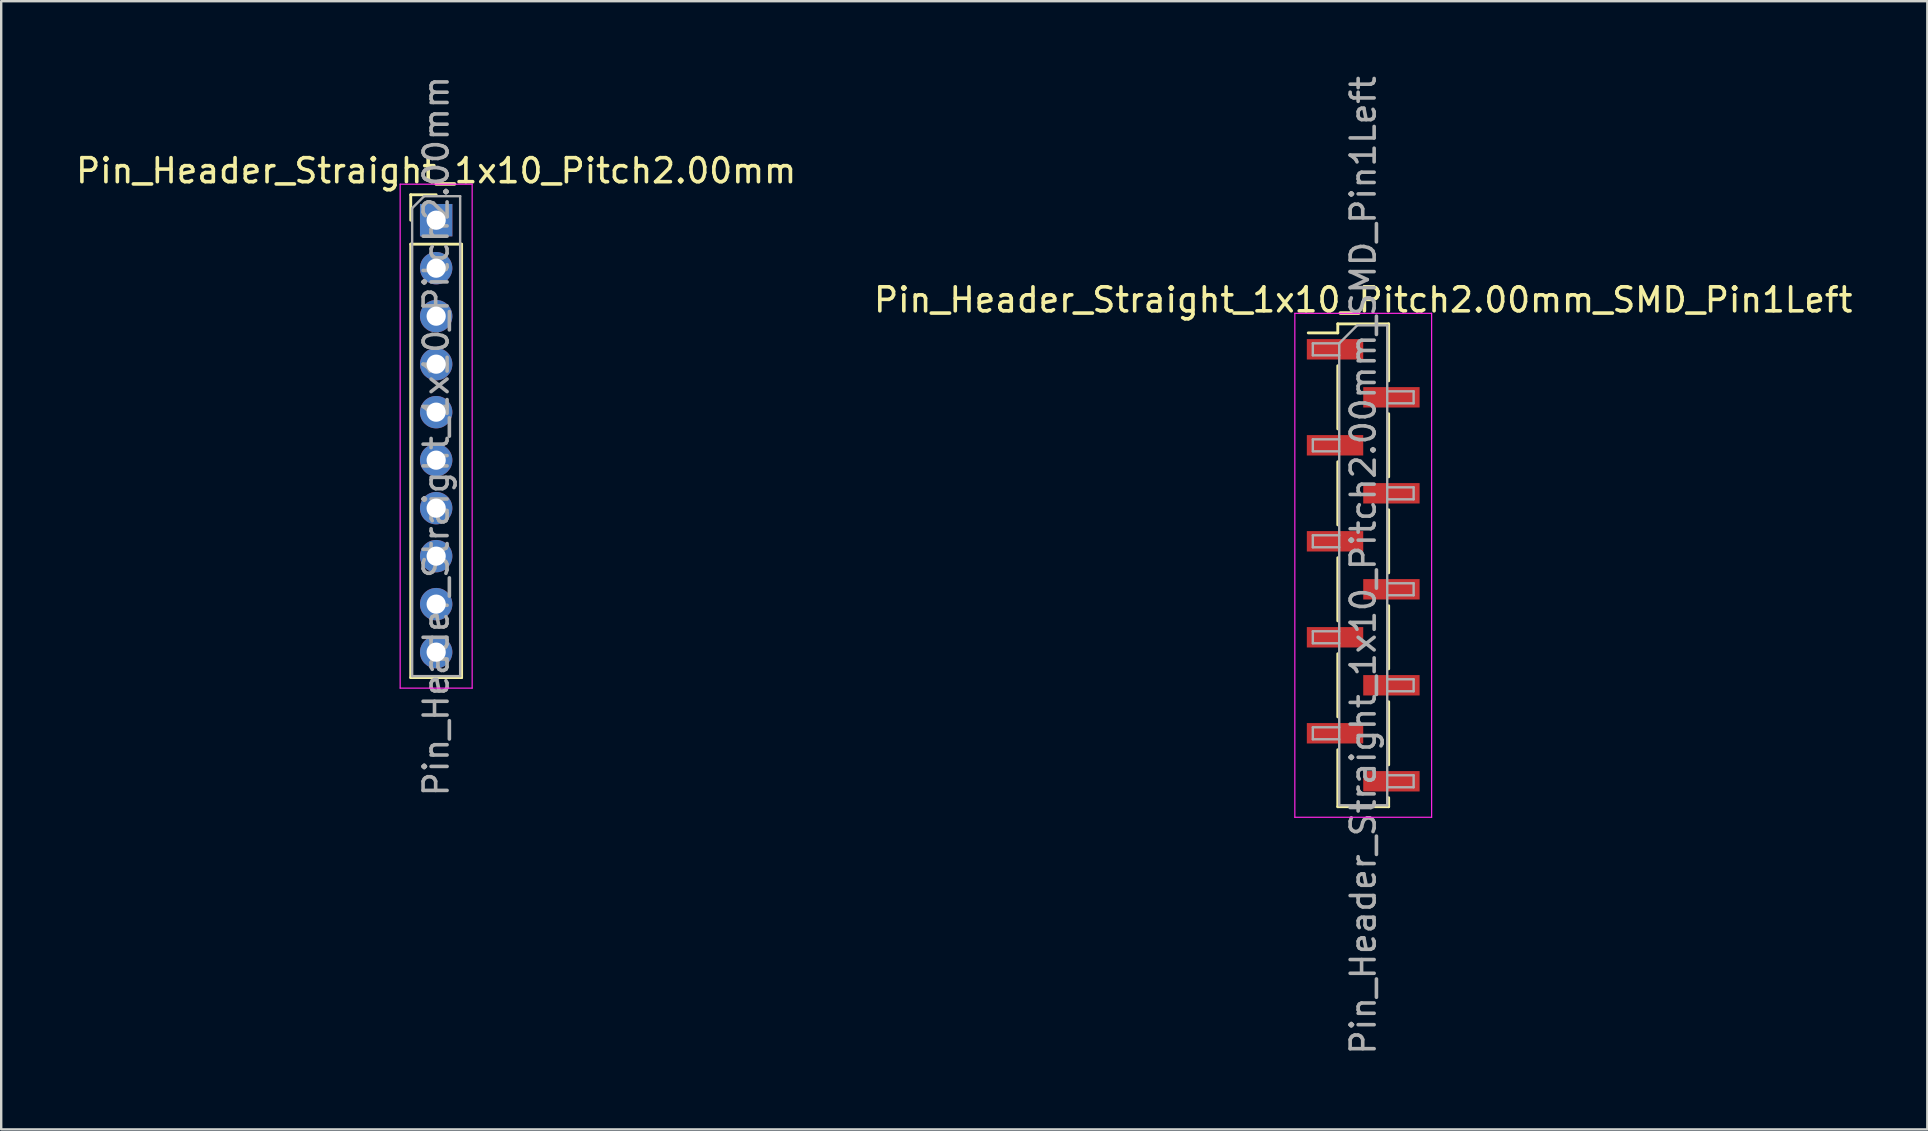
<source format=kicad_pcb>
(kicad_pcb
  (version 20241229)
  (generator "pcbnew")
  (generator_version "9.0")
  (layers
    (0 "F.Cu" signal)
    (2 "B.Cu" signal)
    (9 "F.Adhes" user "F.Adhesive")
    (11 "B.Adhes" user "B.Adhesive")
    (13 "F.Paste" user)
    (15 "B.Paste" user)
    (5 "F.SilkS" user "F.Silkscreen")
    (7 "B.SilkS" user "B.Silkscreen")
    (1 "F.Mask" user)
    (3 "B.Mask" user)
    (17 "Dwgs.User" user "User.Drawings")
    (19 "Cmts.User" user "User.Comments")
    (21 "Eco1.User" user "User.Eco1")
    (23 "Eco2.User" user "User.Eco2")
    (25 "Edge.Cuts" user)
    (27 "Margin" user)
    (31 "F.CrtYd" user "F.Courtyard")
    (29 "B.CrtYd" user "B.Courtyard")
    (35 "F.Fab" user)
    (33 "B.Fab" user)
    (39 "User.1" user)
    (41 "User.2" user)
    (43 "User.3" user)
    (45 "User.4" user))
  (footprint "Pin_Header_Straight_1x10_Pitch2.00mm_SMD_Pin1Left"
    (layer "F.Cu")
    (at 53.756 20.506)
    (property "Reference" "Pin_Header_Straight_1x10_Pitch2.00mm_SMD_Pin1Left" (at 0 -11.06 0) (layer "F.SilkS") (effects (font (size 1 1) (thickness 0.15))))
    (attr smd)
    (fp_line (start -1.06 -10.06) (end -1.06 -9.685) (stroke (width 0.12) (type solid)) (layer "F.SilkS"))
    (fp_line (start -1.06 -10.06) (end 1.06 -10.06) (stroke (width 0.12) (type solid)) (layer "F.SilkS"))
    (fp_line (start -1.06 -9.685) (end -2.29 -9.685) (stroke (width 0.12) (type solid)) (layer "F.SilkS"))
    (fp_line (start -1.06 -8.315) (end -1.06 -5.685) (stroke (width 0.12) (type solid)) (layer "F.SilkS"))
    (fp_line (start -1.06 -4.315) (end -1.06 -1.685) (stroke (width 0.12) (type solid)) (layer "F.SilkS"))
    (fp_line (start -1.06 -0.315) (end -1.06 2.315) (stroke (width 0.12) (type solid)) (layer "F.SilkS"))
    (fp_line (start -1.06 3.685) (end -1.06 6.315) (stroke (width 0.12) (type solid)) (layer "F.SilkS"))
    (fp_line (start -1.06 7.685) (end -1.06 10.06) (stroke (width 0.12) (type solid)) (layer "F.SilkS"))
    (fp_line (start -1.06 10.06) (end 1.06 10.06) (stroke (width 0.12) (type solid)) (layer "F.SilkS"))
    (fp_line (start 1.06 -10.06) (end 1.06 -7.685) (stroke (width 0.12) (type solid)) (layer "F.SilkS"))
    (fp_line (start 1.06 -6.315) (end 1.06 -3.685) (stroke (width 0.12) (type solid)) (layer "F.SilkS"))
    (fp_line (start 1.06 -2.315) (end 1.06 0.315) (stroke (width 0.12) (type solid)) (layer "F.SilkS"))
    (fp_line (start 1.06 1.685) (end 1.06 4.315) (stroke (width 0.12) (type solid)) (layer "F.SilkS"))
    (fp_line (start 1.06 5.685) (end 1.06 8.315) (stroke (width 0.12) (type solid)) (layer "F.SilkS"))
    (fp_line (start 1.06 9.685) (end 1.06 10.06) (stroke (width 0.12) (type solid)) (layer "F.SilkS"))
    (fp_line (start -2.85 -10.5) (end -2.85 10.5) (stroke (width 0.05) (type solid)) (layer "F.CrtYd"))
    (fp_line (start -2.85 10.5) (end 2.85 10.5) (stroke (width 0.05) (type solid)) (layer "F.CrtYd"))
    (fp_line (start 2.85 -10.5) (end -2.85 -10.5) (stroke (width 0.05) (type solid)) (layer "F.CrtYd"))
    (fp_line (start 2.85 10.5) (end 2.85 -10.5) (stroke (width 0.05) (type solid)) (layer "F.CrtYd"))
    (fp_line (start -2.1 -9.25) (end -2.1 -8.75) (stroke (width 0.1) (type solid)) (layer "F.Fab"))
    (fp_line (start -2.1 -8.75) (end -1 -8.75) (stroke (width 0.1) (type solid)) (layer "F.Fab"))
    (fp_line (start -2.1 -5.25) (end -2.1 -4.75) (stroke (width 0.1) (type solid)) (layer "F.Fab"))
    (fp_line (start -2.1 -4.75) (end -1 -4.75) (stroke (width 0.1) (type solid)) (layer "F.Fab"))
    (fp_line (start -2.1 -1.25) (end -2.1 -0.75) (stroke (width 0.1) (type solid)) (layer "F.Fab"))
    (fp_line (start -2.1 -0.75) (end -1 -0.75) (stroke (width 0.1) (type solid)) (layer "F.Fab"))
    (fp_line (start -2.1 2.75) (end -2.1 3.25) (stroke (width 0.1) (type solid)) (layer "F.Fab"))
    (fp_line (start -2.1 3.25) (end -1 3.25) (stroke (width 0.1) (type solid)) (layer "F.Fab"))
    (fp_line (start -2.1 6.75) (end -2.1 7.25) (stroke (width 0.1) (type solid)) (layer "F.Fab"))
    (fp_line (start -2.1 7.25) (end -1 7.25) (stroke (width 0.1) (type solid)) (layer "F.Fab"))
    (fp_line (start -1 -9.25) (end -2.1 -9.25) (stroke (width 0.1) (type solid)) (layer "F.Fab"))
    (fp_line (start -1 -9.25) (end -0.25 -10) (stroke (width 0.1) (type solid)) (layer "F.Fab"))
    (fp_line (start -1 -5.25) (end -2.1 -5.25) (stroke (width 0.1) (type solid)) (layer "F.Fab"))
    (fp_line (start -1 -1.25) (end -2.1 -1.25) (stroke (width 0.1) (type solid)) (layer "F.Fab"))
    (fp_line (start -1 2.75) (end -2.1 2.75) (stroke (width 0.1) (type solid)) (layer "F.Fab"))
    (fp_line (start -1 6.75) (end -2.1 6.75) (stroke (width 0.1) (type solid)) (layer "F.Fab"))
    (fp_line (start -1 10) (end -1 -9.25) (stroke (width 0.1) (type solid)) (layer "F.Fab"))
    (fp_line (start -0.25 -10) (end 1 -10) (stroke (width 0.1) (type solid)) (layer "F.Fab"))
    (fp_line (start 1 -10) (end 1 10) (stroke (width 0.1) (type solid)) (layer "F.Fab"))
    (fp_line (start 1 -7.25) (end 2.1 -7.25) (stroke (width 0.1) (type solid)) (layer "F.Fab"))
    (fp_line (start 1 -3.25) (end 2.1 -3.25) (stroke (width 0.1) (type solid)) (layer "F.Fab"))
    (fp_line (start 1 0.75) (end 2.1 0.75) (stroke (width 0.1) (type solid)) (layer "F.Fab"))
    (fp_line (start 1 4.75) (end 2.1 4.75) (stroke (width 0.1) (type solid)) (layer "F.Fab"))
    (fp_line (start 1 8.75) (end 2.1 8.75) (stroke (width 0.1) (type solid)) (layer "F.Fab"))
    (fp_line (start 1 10) (end -1 10) (stroke (width 0.1) (type solid)) (layer "F.Fab"))
    (fp_line (start 2.1 -7.25) (end 2.1 -6.75) (stroke (width 0.1) (type solid)) (layer "F.Fab"))
    (fp_line (start 2.1 -6.75) (end 1 -6.75) (stroke (width 0.1) (type solid)) (layer "F.Fab"))
    (fp_line (start 2.1 -3.25) (end 2.1 -2.75) (stroke (width 0.1) (type solid)) (layer "F.Fab"))
    (fp_line (start 2.1 -2.75) (end 1 -2.75) (stroke (width 0.1) (type solid)) (layer "F.Fab"))
    (fp_line (start 2.1 0.75) (end 2.1 1.25) (stroke (width 0.1) (type solid)) (layer "F.Fab"))
    (fp_line (start 2.1 1.25) (end 1 1.25) (stroke (width 0.1) (type solid)) (layer "F.Fab"))
    (fp_line (start 2.1 4.75) (end 2.1 5.25) (stroke (width 0.1) (type solid)) (layer "F.Fab"))
    (fp_line (start 2.1 5.25) (end 1 5.25) (stroke (width 0.1) (type solid)) (layer "F.Fab"))
    (fp_line (start 2.1 8.75) (end 2.1 9.25) (stroke (width 0.1) (type solid)) (layer "F.Fab"))
    (fp_line (start 2.1 9.25) (end 1 9.25) (stroke (width 0.1) (type solid)) (layer "F.Fab"))
    (fp_text user "${REFERENCE}" (at 0 0 90) (layer "F.Fab") (effects (font (size 1 1) (thickness 0.15))))
    (pad "1" smd rect (at -1.175 -9) (size 2.35 0.85) (layers "F.Cu" "F.Mask" "F.Paste"))
    (pad "2" smd rect (at 1.175 -7) (size 2.35 0.85) (layers "F.Cu" "F.Mask" "F.Paste"))
    (pad "3" smd rect (at -1.175 -5) (size 2.35 0.85) (layers "F.Cu" "F.Mask" "F.Paste"))
    (pad "4" smd rect (at 1.175 -3) (size 2.35 0.85) (layers "F.Cu" "F.Mask" "F.Paste"))
    (pad "5" smd rect (at -1.175 -1) (size 2.35 0.85) (layers "F.Cu" "F.Mask" "F.Paste"))
    (pad "6" smd rect (at 1.175 1) (size 2.35 0.85) (layers "F.Cu" "F.Mask" "F.Paste"))
    (pad "7" smd rect (at -1.175 3) (size 2.35 0.85) (layers "F.Cu" "F.Mask" "F.Paste"))
    (pad "8" smd rect (at 1.175 5) (size 2.35 0.85) (layers "F.Cu" "F.Mask" "F.Paste"))
    (pad "9" smd rect (at -1.175 7) (size 2.35 0.85) (layers "F.Cu" "F.Mask" "F.Paste"))
    (pad "10" smd rect (at 1.175 9) (size 2.35 0.85) (layers "F.Cu" "F.Mask" "F.Paste")))
  (footprint "Pin_Header_Straight_1x10_Pitch2.00mm"
    (layer "F.Cu")
    (at 15.125 6.125)
    (property "Reference" "Pin_Header_Straight_1x10_Pitch2.00mm" (at 0 -2.06 0) (layer "F.SilkS") (effects (font (size 1 1) (thickness 0.15))))
    (attr through_hole)
    (fp_line (start -1.06 -1.06) (end 0 -1.06) (stroke (width 0.12) (type solid)) (layer "F.SilkS"))
    (fp_line (start -1.06 0) (end -1.06 -1.06) (stroke (width 0.12) (type solid)) (layer "F.SilkS"))
    (fp_line (start -1.06 1) (end -1.06 19.06) (stroke (width 0.12) (type solid)) (layer "F.SilkS"))
    (fp_line (start -1.06 1) (end 1.06 1) (stroke (width 0.12) (type solid)) (layer "F.SilkS"))
    (fp_line (start -1.06 19.06) (end 1.06 19.06) (stroke (width 0.12) (type solid)) (layer "F.SilkS"))
    (fp_line (start 1.06 1) (end 1.06 19.06) (stroke (width 0.12) (type solid)) (layer "F.SilkS"))
    (fp_line (start -1.5 -1.5) (end -1.5 19.5) (stroke (width 0.05) (type solid)) (layer "F.CrtYd"))
    (fp_line (start -1.5 19.5) (end 1.5 19.5) (stroke (width 0.05) (type solid)) (layer "F.CrtYd"))
    (fp_line (start 1.5 -1.5) (end -1.5 -1.5) (stroke (width 0.05) (type solid)) (layer "F.CrtYd"))
    (fp_line (start 1.5 19.5) (end 1.5 -1.5) (stroke (width 0.05) (type solid)) (layer "F.CrtYd"))
    (fp_line (start -1 -0.5) (end -0.5 -1) (stroke (width 0.1) (type solid)) (layer "F.Fab"))
    (fp_line (start -1 19) (end -1 -0.5) (stroke (width 0.1) (type solid)) (layer "F.Fab"))
    (fp_line (start -0.5 -1) (end 1 -1) (stroke (width 0.1) (type solid)) (layer "F.Fab"))
    (fp_line (start 1 -1) (end 1 19) (stroke (width 0.1) (type solid)) (layer "F.Fab"))
    (fp_line (start 1 19) (end -1 19) (stroke (width 0.1) (type solid)) (layer "F.Fab"))
    (fp_text user "${REFERENCE}" (at 0 9 90) (layer "F.Fab") (effects (font (size 1 1) (thickness 0.15))))
    (pad "1" thru_hole rect (at 0 0) (size 1.35 1.35) (drill 0.8) (layers "*.Cu" "*.Mask"))
    (pad "2" thru_hole oval (at 0 2) (size 1.35 1.35) (drill 0.8) (layers "*.Cu" "*.Mask"))
    (pad "3" thru_hole oval (at 0 4) (size 1.35 1.35) (drill 0.8) (layers "*.Cu" "*.Mask"))
    (pad "4" thru_hole oval (at 0 6) (size 1.35 1.35) (drill 0.8) (layers "*.Cu" "*.Mask"))
    (pad "5" thru_hole oval (at 0 8) (size 1.35 1.35) (drill 0.8) (layers "*.Cu" "*.Mask"))
    (pad "6" thru_hole oval (at 0 10) (size 1.35 1.35) (drill 0.8) (layers "*.Cu" "*.Mask"))
    (pad "7" thru_hole oval (at 0 12) (size 1.35 1.35) (drill 0.8) (layers "*.Cu" "*.Mask"))
    (pad "8" thru_hole oval (at 0 14) (size 1.35 1.35) (drill 0.8) (layers "*.Cu" "*.Mask"))
    (pad "9" thru_hole oval (at 0 16) (size 1.35 1.35) (drill 0.8) (layers "*.Cu" "*.Mask"))
    (pad "10" thru_hole oval (at 0 18) (size 1.35 1.35) (drill 0.8) (layers "*.Cu" "*.Mask")))
  (gr_rect
    (start -3 -3)
    (end 77.262 44.012)
    (stroke (width 0.1) (type default))
    (fill no)
    (layer "Edge.Cuts")))
</source>
